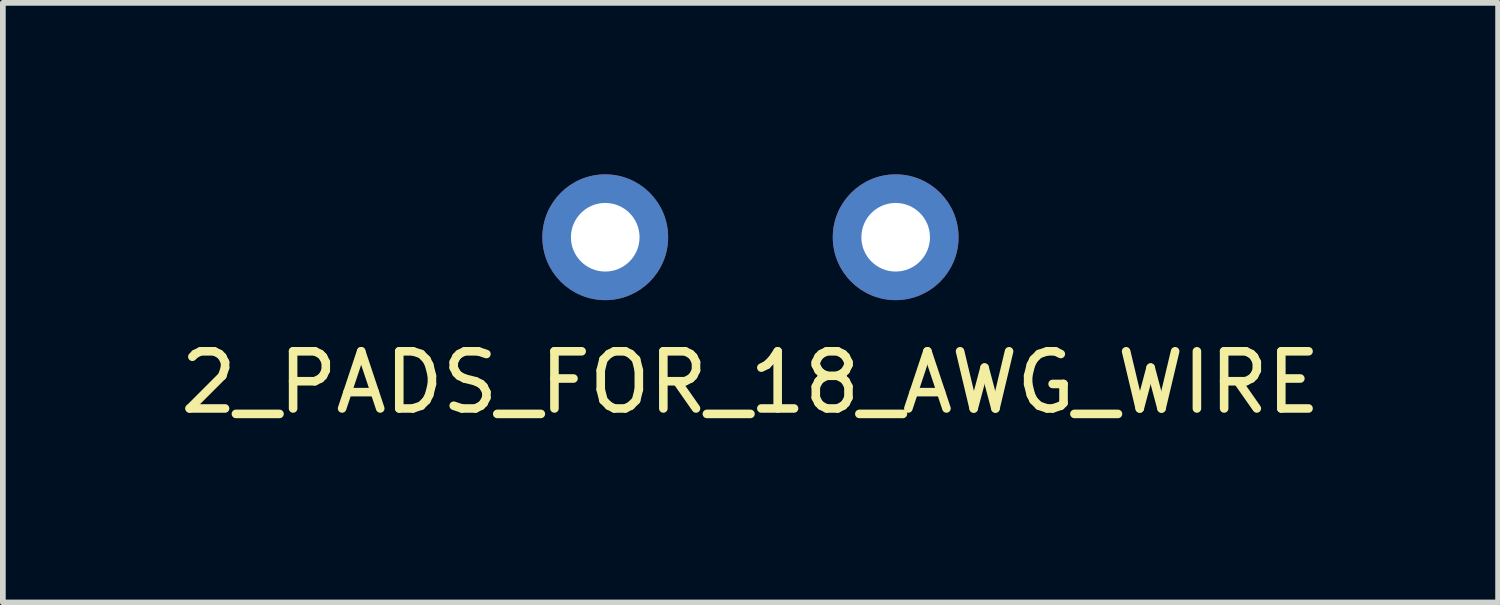
<source format=kicad_pcb>
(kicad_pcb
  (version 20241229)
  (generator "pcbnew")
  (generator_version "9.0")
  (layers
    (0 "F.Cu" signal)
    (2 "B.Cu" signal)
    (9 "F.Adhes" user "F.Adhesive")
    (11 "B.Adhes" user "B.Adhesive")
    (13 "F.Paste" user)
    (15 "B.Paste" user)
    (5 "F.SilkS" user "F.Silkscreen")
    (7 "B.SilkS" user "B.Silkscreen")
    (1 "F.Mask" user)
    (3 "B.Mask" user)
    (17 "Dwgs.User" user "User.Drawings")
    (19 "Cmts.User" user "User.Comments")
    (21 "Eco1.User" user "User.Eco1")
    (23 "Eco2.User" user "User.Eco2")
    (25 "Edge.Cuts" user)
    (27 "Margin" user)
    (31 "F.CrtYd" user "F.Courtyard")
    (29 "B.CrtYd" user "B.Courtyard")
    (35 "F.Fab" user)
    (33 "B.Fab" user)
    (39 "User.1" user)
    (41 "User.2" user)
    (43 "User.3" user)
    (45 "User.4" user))
  (footprint "2_PADS_FOR_18_AWG_WIRE"
    (layer "F.Cu")
    (at 7.537 1.1)
    (property "Reference" "2_PADS_FOR_18_AWG_WIRE" (at 2.54 2.54 0) (layer "F.SilkS") (effects (font (size 1 1) (thickness 0.15))))
    (attr through_hole)
    (pad "1" thru_hole circle (at 0 0) (size 2.2 2.2) (drill 1.2) (layers "*.Cu" "*.Mask"))
    (pad "2" thru_hole circle (at 5.08 0) (size 2.2 2.2) (drill 1.2) (layers "*.Cu" "*.Mask")))
  (gr_rect
    (start -3 -3)
    (end 23.155 7.488)
    (stroke (width 0.1) (type default))
    (fill no)
    (layer "Edge.Cuts")))
</source>
